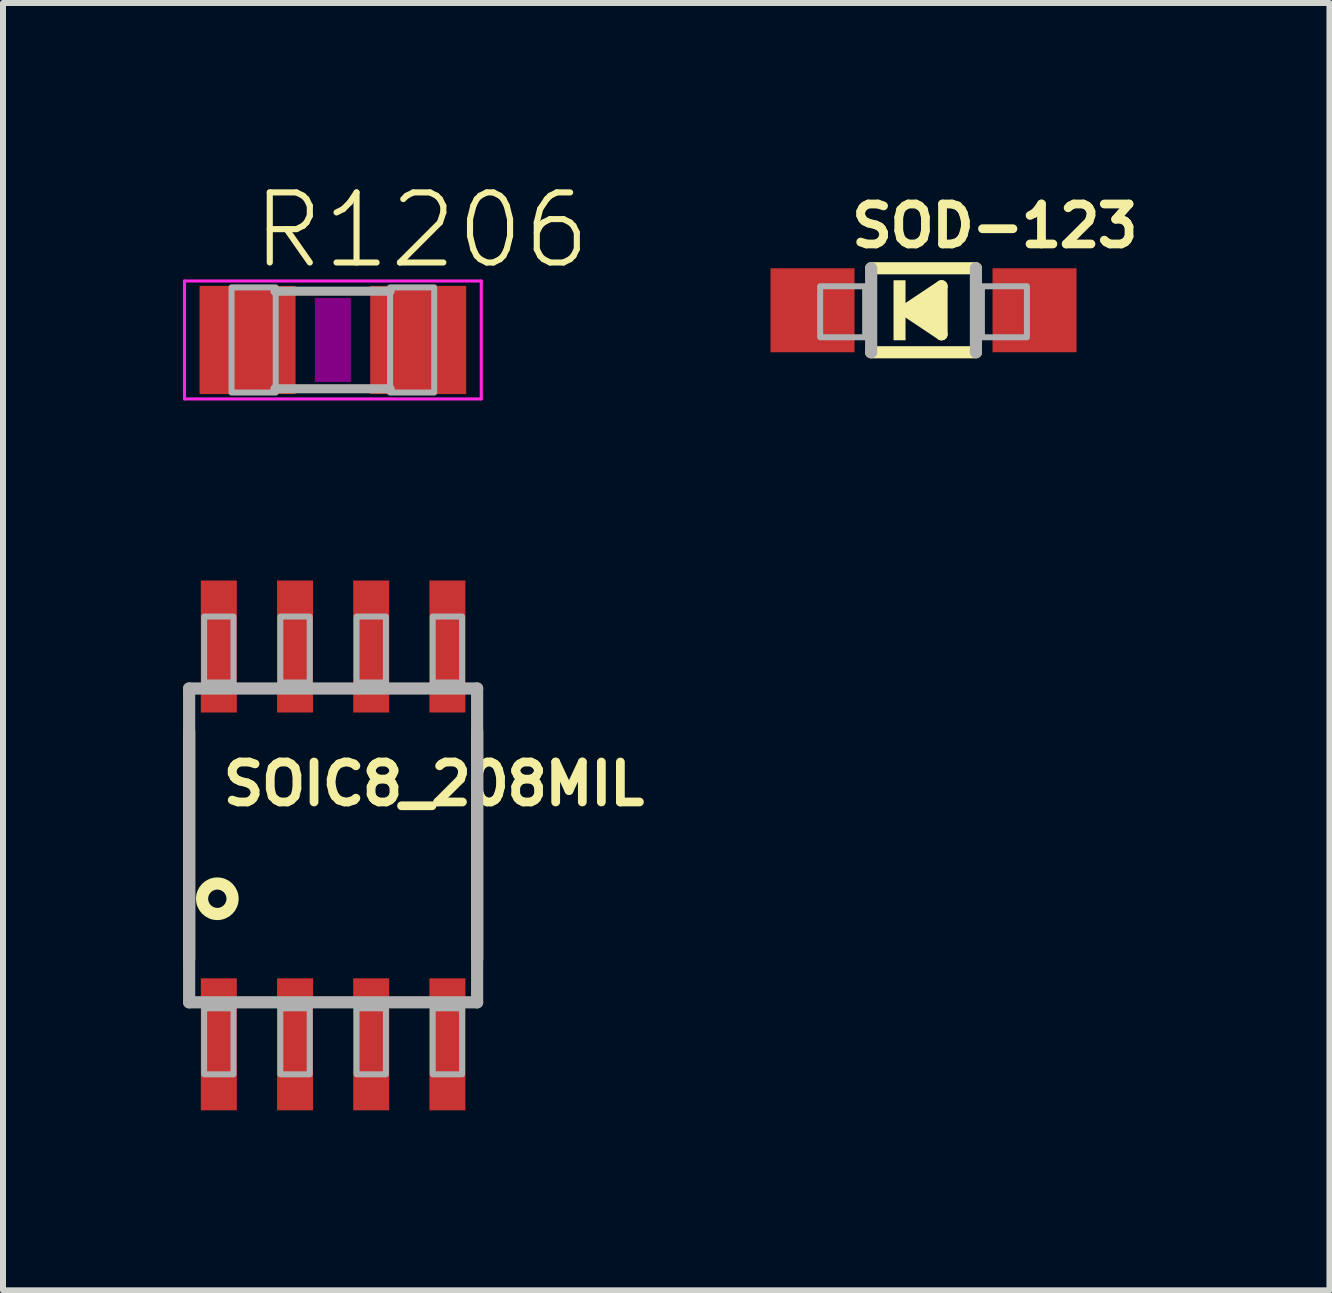
<source format=kicad_pcb>
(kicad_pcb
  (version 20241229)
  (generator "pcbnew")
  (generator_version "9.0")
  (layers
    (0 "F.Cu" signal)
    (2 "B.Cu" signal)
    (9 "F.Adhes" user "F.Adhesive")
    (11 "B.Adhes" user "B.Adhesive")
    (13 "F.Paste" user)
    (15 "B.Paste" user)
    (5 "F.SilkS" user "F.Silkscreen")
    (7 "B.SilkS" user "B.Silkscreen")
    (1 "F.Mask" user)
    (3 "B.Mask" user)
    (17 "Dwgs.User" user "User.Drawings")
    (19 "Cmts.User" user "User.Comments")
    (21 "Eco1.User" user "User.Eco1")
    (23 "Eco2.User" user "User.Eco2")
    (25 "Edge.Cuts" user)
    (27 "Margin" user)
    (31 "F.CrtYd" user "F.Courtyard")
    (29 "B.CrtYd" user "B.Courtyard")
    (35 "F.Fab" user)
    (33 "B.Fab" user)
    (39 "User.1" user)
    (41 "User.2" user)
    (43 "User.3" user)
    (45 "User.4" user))
  (footprint "R1206"
    (layer "F.Cu")
    (at 2.498 2.616)
    (property "Reference" "R1206" (at -1.397 -1.143 0) (layer "F.SilkS") (effects (font (size 1.168 1.168) (thickness 0.102)) (justify left bottom)))
    (fp_poly (pts (xy -0.3 0.7) (xy 0.3 0.7) (xy 0.3 -0.7) (xy -0.3 -0.7)) (stroke (width 0) (type default)) (fill yes) (layer "F.Adhes"))
    (fp_line (start -2.473 -0.983) (end 2.473 -0.983) (stroke (width 0.051) (type solid)) (layer "F.CrtYd"))
    (fp_line (start -2.473 0.983) (end -2.473 -0.983) (stroke (width 0.051) (type solid)) (layer "F.CrtYd"))
    (fp_line (start 2.473 -0.983) (end 2.473 0.983) (stroke (width 0.051) (type solid)) (layer "F.CrtYd"))
    (fp_line (start 2.473 0.983) (end -2.473 0.983) (stroke (width 0.051) (type solid)) (layer "F.CrtYd"))
    (fp_line (start 0.953 -0.813) (end -0.965 -0.813) (stroke (width 0.152) (type solid)) (layer "F.Fab"))
    (fp_line (start 0.953 0.813) (end -0.965 0.813) (stroke (width 0.152) (type solid)) (layer "F.Fab"))
    (fp_poly (pts (xy -1.689 0.876) (xy -0.953 0.876) (xy -0.953 -0.876) (xy -1.689 -0.876)) (stroke (width 0.1) (type default)) (fill no) (layer "F.Fab"))
    (fp_poly (pts (xy 0.953 0.876) (xy 1.689 0.876) (xy 1.689 -0.876) (xy 0.953 -0.876)) (stroke (width 0.1) (type default)) (fill no) (layer "F.Fab"))
    (pad "1" smd rect (at -1.422 0) (size 1.6 1.803) (layers "F.Cu" "F.Mask" "F.Paste"))
    (pad "2" smd rect (at 1.422 0) (size 1.6 1.803) (layers "F.Cu" "F.Mask" "F.Paste")))
  (footprint "SOD-123"
    (layer "F.Cu")
    (at 12.342 2.121)
    (property "Reference" "SOD-123" (at -1.27 -1.016 0) (layer "F.SilkS") (effects (font (size 0.666 0.666) (thickness 0.146)) (justify left bottom)))
    (fp_line (start -0.873 -0.7) (end 0.873 -0.7) (stroke (width 0.203) (type solid)) (layer "F.SilkS"))
    (fp_line (start -0.3 0) (end 0.3 -0.4) (stroke (width 0.203) (type solid)) (layer "F.SilkS"))
    (fp_line (start 0.3 -0.4) (end 0.3 0.4) (stroke (width 0.203) (type solid)) (layer "F.SilkS"))
    (fp_line (start 0.3 0.4) (end -0.3 0) (stroke (width 0.203) (type solid)) (layer "F.SilkS"))
    (fp_line (start 0.873 0.7) (end -0.873 0.7) (stroke (width 0.203) (type solid)) (layer "F.SilkS"))
    (fp_poly (pts (xy 0.302 0.39) (xy -0.283 0) (xy 0.302 -0.39)) (stroke (width 0) (type default)) (fill yes) (layer "F.SilkS"))
    (fp_poly (pts (xy -0.5 0.5) (xy -0.3 0.5) (xy -0.3 -0.5) (xy -0.5 -0.5)) (stroke (width 0) (type default)) (fill yes) (layer "F.SilkS"))
    (fp_line (start -0.873 0.7) (end -0.873 -0.7) (stroke (width 0.203) (type solid)) (layer "F.Fab"))
    (fp_line (start 0.873 -0.7) (end 0.873 0.7) (stroke (width 0.203) (type solid)) (layer "F.Fab"))
    (fp_poly (pts (xy -1.723 0.45) (xy -0.973 0.45) (xy -0.973 -0.4) (xy -1.723 -0.4)) (stroke (width 0.1) (type default)) (fill no) (layer "F.Fab"))
    (fp_poly (pts (xy 0.973 0.45) (xy 1.723 0.45) (xy 1.723 -0.4) (xy 0.973 -0.4)) (stroke (width 0.1) (type default)) (fill no) (layer "F.Fab"))
    (pad "A" smd rect (at 1.85 0 90) (size 1.4 1.4) (layers "F.Cu" "F.Mask" "F.Paste"))
    (pad "C" smd rect (at -1.85 0 90) (size 1.4 1.4) (layers "F.Cu" "F.Mask" "F.Paste")))
  (footprint "SOIC8_208MIL"
    (layer "F.Cu")
    (at 2.502 11.04)
    (property "Reference" "SOIC8_208MIL" (at -1.905 -0.635 0) (layer "F.SilkS") (effects (font (size 0.666 0.666) (thickness 0.146)) (justify left bottom)))
    (fp_line (start -2.4 1.9) (end -2.4 -1.9) (stroke (width 0.203) (type solid)) (layer "F.SilkS"))
    (fp_line (start 2.4 -1.9) (end 2.4 1.9) (stroke (width 0.203) (type solid)) (layer "F.SilkS"))
    (fp_circle (center -1.93 0.889) (end -1.676 0.889) (stroke (width 0.203) (type solid)) (fill no) (layer "F.SilkS"))
    (fp_line (start -2.4 -2.615) (end 2.4 -2.615) (stroke (width 0.203) (type solid)) (layer "F.Fab"))
    (fp_line (start -2.4 2.615) (end -2.4 -2.615) (stroke (width 0.203) (type solid)) (layer "F.Fab"))
    (fp_line (start 2.4 -2.615) (end 2.4 2.615) (stroke (width 0.203) (type solid)) (layer "F.Fab"))
    (fp_line (start 2.4 2.615) (end -2.4 2.615) (stroke (width 0.203) (type solid)) (layer "F.Fab"))
    (fp_poly (pts (xy -2.15 -2.715) (xy -1.66 -2.715) (xy -1.66 -3.815) (xy -2.15 -3.815)) (stroke (width 0.1) (type default)) (fill no) (layer "F.Fab"))
    (fp_poly (pts (xy -2.15 3.815) (xy -1.66 3.815) (xy -1.66 2.715) (xy -2.15 2.715)) (stroke (width 0.1) (type default)) (fill no) (layer "F.Fab"))
    (fp_poly (pts (xy -0.88 -2.715) (xy -0.39 -2.715) (xy -0.39 -3.815) (xy -0.88 -3.815)) (stroke (width 0.1) (type default)) (fill no) (layer "F.Fab"))
    (fp_poly (pts (xy -0.88 3.815) (xy -0.39 3.815) (xy -0.39 2.715) (xy -0.88 2.715)) (stroke (width 0.1) (type default)) (fill no) (layer "F.Fab"))
    (fp_poly (pts (xy 0.39 -2.715) (xy 0.88 -2.715) (xy 0.88 -3.815) (xy 0.39 -3.815)) (stroke (width 0.1) (type default)) (fill no) (layer "F.Fab"))
    (fp_poly (pts (xy 0.39 3.815) (xy 0.88 3.815) (xy 0.88 2.715) (xy 0.39 2.715)) (stroke (width 0.1) (type default)) (fill no) (layer "F.Fab"))
    (fp_poly (pts (xy 1.66 -2.715) (xy 2.15 -2.715) (xy 2.15 -3.815) (xy 1.66 -3.815)) (stroke (width 0.1) (type default)) (fill no) (layer "F.Fab"))
    (fp_poly (pts (xy 1.66 3.815) (xy 2.15 3.815) (xy 2.15 2.715) (xy 1.66 2.715)) (stroke (width 0.1) (type default)) (fill no) (layer "F.Fab"))
    (pad "1" smd rect (at -1.905 3.315) (size 0.6 2.2) (layers "F.Cu" "F.Mask" "F.Paste"))
    (pad "2" smd rect (at -0.635 3.315) (size 0.6 2.2) (layers "F.Cu" "F.Mask" "F.Paste"))
    (pad "3" smd rect (at 0.635 3.315) (size 0.6 2.2) (layers "F.Cu" "F.Mask" "F.Paste"))
    (pad "4" smd rect (at 1.905 3.315) (size 0.6 2.2) (layers "F.Cu" "F.Mask" "F.Paste"))
    (pad "5" smd rect (at 1.905 -3.315) (size 0.6 2.2) (layers "F.Cu" "F.Mask" "F.Paste"))
    (pad "6" smd rect (at 0.635 -3.315) (size 0.6 2.2) (layers "F.Cu" "F.Mask" "F.Paste"))
    (pad "7" smd rect (at -0.635 -3.315) (size 0.6 2.2) (layers "F.Cu" "F.Mask" "F.Paste"))
    (pad "8" smd rect (at -1.905 -3.315) (size 0.6 2.2) (layers "F.Cu" "F.Mask" "F.Paste")))
  (gr_rect
    (start -3 -3)
    (end 19.107 18.455)
    (stroke (width 0.1) (type default))
    (fill no)
    (layer "Edge.Cuts")))
</source>
